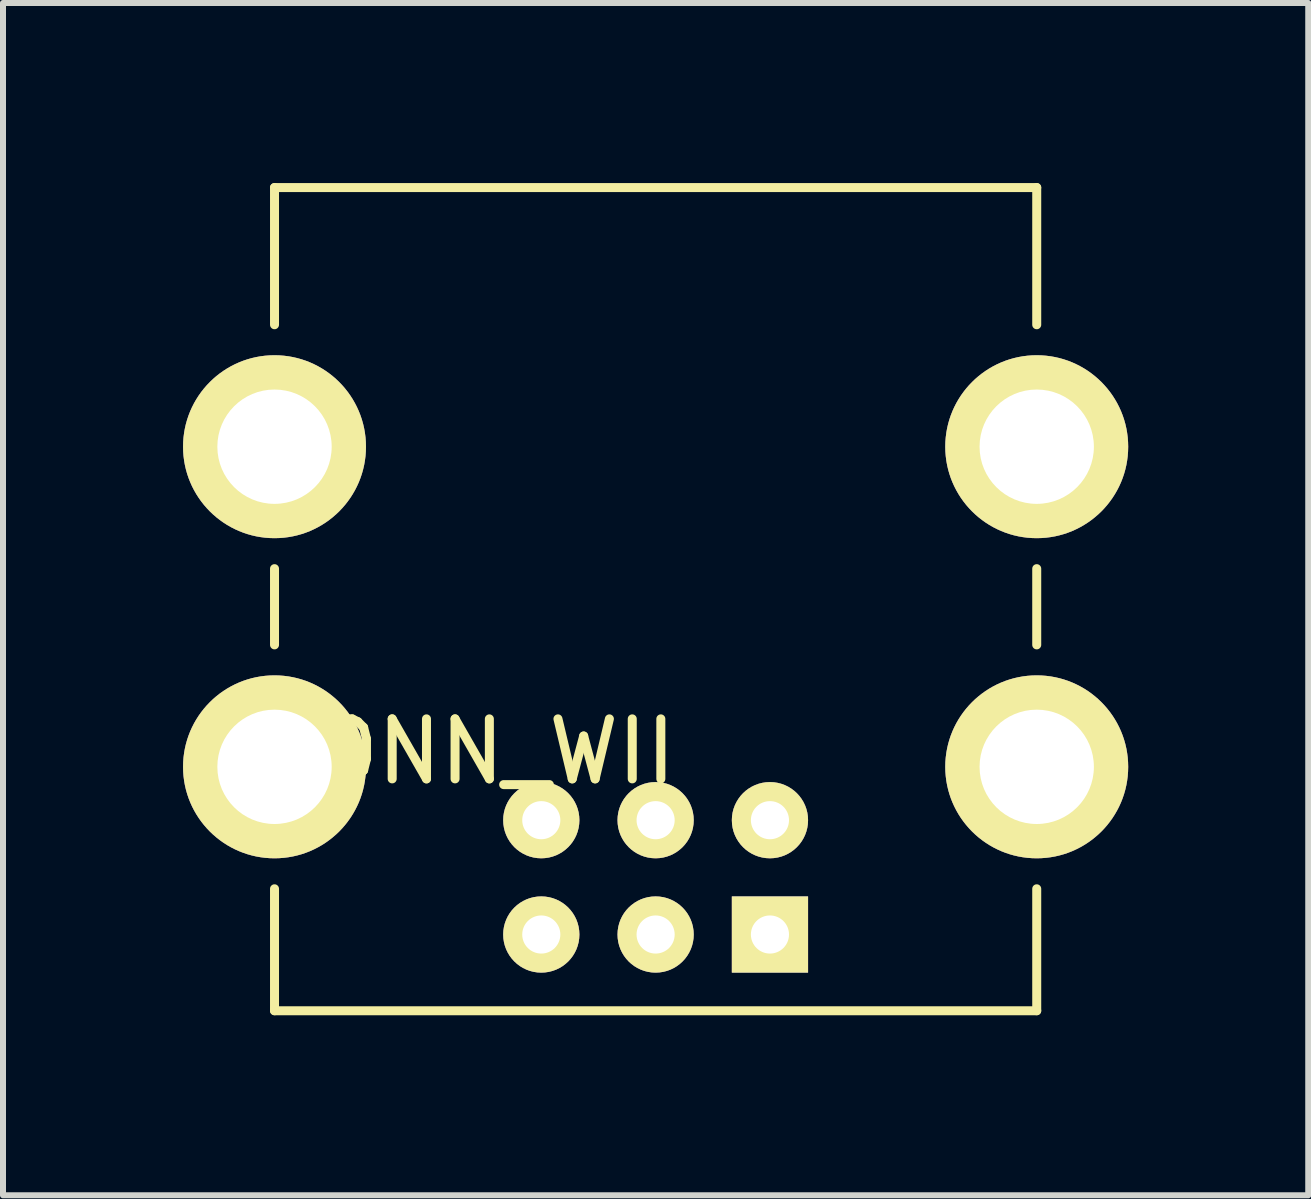
<source format=kicad_pcb>
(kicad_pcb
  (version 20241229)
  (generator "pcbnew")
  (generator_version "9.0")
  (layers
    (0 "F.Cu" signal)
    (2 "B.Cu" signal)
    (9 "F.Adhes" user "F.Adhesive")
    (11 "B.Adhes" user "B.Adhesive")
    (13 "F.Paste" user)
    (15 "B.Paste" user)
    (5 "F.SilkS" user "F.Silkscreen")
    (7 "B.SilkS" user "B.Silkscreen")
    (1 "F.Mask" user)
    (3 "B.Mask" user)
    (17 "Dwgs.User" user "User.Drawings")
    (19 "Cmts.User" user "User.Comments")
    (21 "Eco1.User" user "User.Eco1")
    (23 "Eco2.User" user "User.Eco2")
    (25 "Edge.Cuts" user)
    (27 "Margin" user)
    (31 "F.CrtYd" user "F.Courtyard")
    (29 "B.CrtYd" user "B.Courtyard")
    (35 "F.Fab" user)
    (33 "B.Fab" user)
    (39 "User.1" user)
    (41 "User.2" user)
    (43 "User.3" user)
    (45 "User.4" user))
  (footprint "CONN_WII"
    (layer "F.Cu")
    (at 7.874 6.933)
    (property "Reference" "CONN_WII" (at -3.175 2.54 0) (layer "F.SilkS") (effects (font (size 1 1) (thickness 0.15))))
    (attr through_hole)
    (fp_line (start -6.35 -6.858) (end 6.35 -6.858) (stroke (width 0.15) (type solid)) (layer "F.SilkS"))
    (fp_line (start -6.35 -4.572) (end -6.35 -6.858) (stroke (width 0.15) (type solid)) (layer "F.SilkS"))
    (fp_line (start -6.35 0.762) (end -6.35 -0.508) (stroke (width 0.15) (type solid)) (layer "F.SilkS"))
    (fp_line (start -6.35 6.858) (end -6.35 4.826) (stroke (width 0.15) (type solid)) (layer "F.SilkS"))
    (fp_line (start 6.35 -6.858) (end 6.35 -4.572) (stroke (width 0.15) (type solid)) (layer "F.SilkS"))
    (fp_line (start 6.35 0.762) (end 6.35 -0.508) (stroke (width 0.15) (type solid)) (layer "F.SilkS"))
    (fp_line (start 6.35 6.858) (end -6.35 6.858) (stroke (width 0.15) (type solid)) (layer "F.SilkS"))
    (fp_line (start 6.35 6.858) (end 6.35 4.826) (stroke (width 0.15) (type solid)) (layer "F.SilkS"))
    (pad "" thru_hole circle (at -6.35 -2.54) (size 3.048 3.048) (drill 1.905) (layers "*.Cu" "*.Mask" "F.SilkS"))
    (pad "" thru_hole circle (at -6.35 2.794) (size 3.048 3.048) (drill 1.905) (layers "*.Cu" "*.Mask" "F.SilkS"))
    (pad "" thru_hole circle (at 6.35 -2.54) (size 3.048 3.048) (drill 1.905) (layers "*.Cu" "*.Mask" "F.SilkS"))
    (pad "" thru_hole circle (at 6.35 2.794) (size 3.048 3.048) (drill 1.905) (layers "*.Cu" "*.Mask" "F.SilkS"))
    (pad "1" thru_hole rect (at 1.905 5.588) (size 1.27 1.27) (drill 0.635) (layers "*.Cu" "*.Mask" "F.SilkS"))
    (pad "2" thru_hole circle (at 1.905 3.683) (size 1.27 1.27) (drill 0.635) (layers "*.Cu" "*.Mask" "F.SilkS"))
    (pad "3" thru_hole circle (at 0 5.588) (size 1.27 1.27) (drill 0.635) (layers "*.Cu" "*.Mask" "F.SilkS"))
    (pad "4" thru_hole circle (at 0 3.683) (size 1.27 1.27) (drill 0.635) (layers "*.Cu" "*.Mask" "F.SilkS"))
    (pad "5" thru_hole circle (at -1.905 5.588) (size 1.27 1.27) (drill 0.635) (layers "*.Cu" "*.Mask" "F.SilkS"))
    (pad "6" thru_hole circle (at -1.905 3.683) (size 1.27 1.27) (drill 0.635) (layers "*.Cu" "*.Mask" "F.SilkS")))
  (gr_rect
    (start -3 -3)
    (end 18.748 16.866)
    (stroke (width 0.1) (type default))
    (fill no)
    (layer "Edge.Cuts")))
</source>
